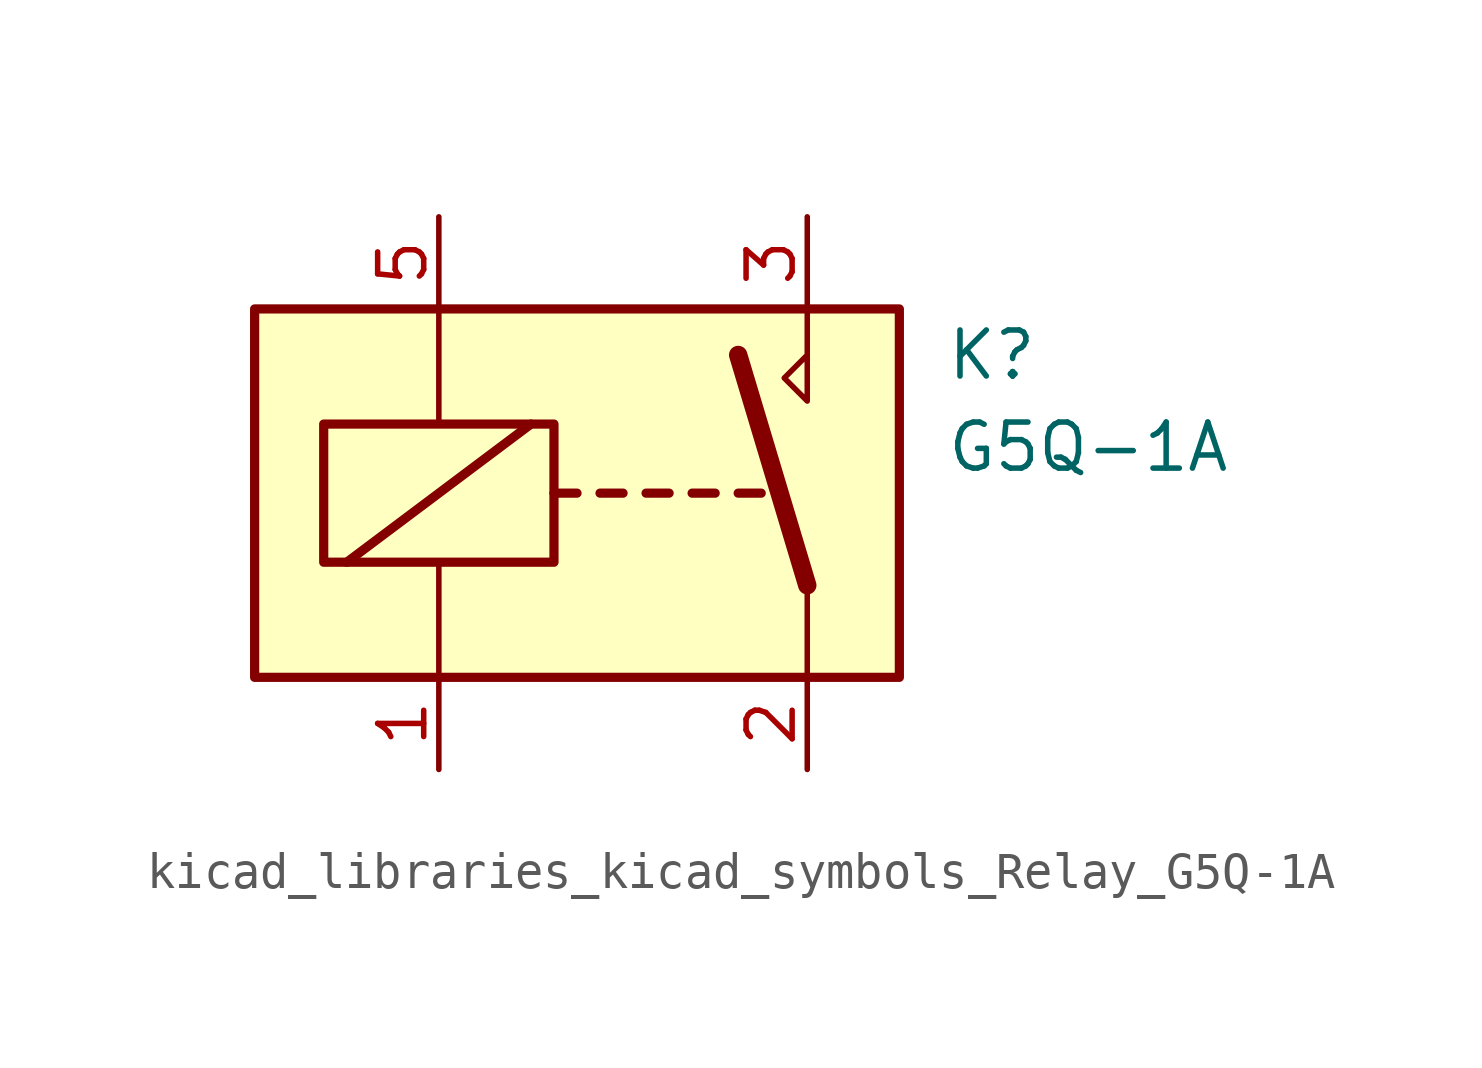
<source format=kicad_sym>
(kicad_symbol_lib
  (version 20220914)
  (generator kicad_symbol_editor)
  (symbol "kicad_libraries_kicad_symbols_Relay_G5Q-1A"
    (property "Reference" "K"
      (at 8.89 3.81 0)
      (effects (font (size 1.27 1.27)) (justify left)))
    (property "Value" "G5Q-1A"
      (at 8.89 1.27 0)
      (effects (font (size 1.27 1.27)) (justify left)))
    (symbol "kicad_libraries_kicad_symbols_Relay_G5Q-1A_0_0"
      (polyline (pts (xy 5.08 5.08) (xy 5.08 2.54) (xy 4.445 3.175) (xy 5.08 3.81)) (stroke (width 0) (type default)) (fill (type none))))
    (symbol "kicad_libraries_kicad_symbols_Relay_G5Q-1A_0_1"
      (rectangle (start -10.16 5.08) (end 7.62 -5.08) (stroke (width 0.254) (type default)) (fill (type background)))
      (rectangle (start -8.255 1.905) (end -1.905 -1.905) (stroke (width 0.254) (type default)) (fill (type none)))
      (polyline (pts (xy -7.62 -1.905) (xy -2.54 1.905)) (stroke (width 0.254) (type default)) (fill (type none)))
      (polyline (pts (xy -5.08 -5.08) (xy -5.08 -1.905)) (stroke (width 0) (type default)) (fill (type none)))
      (polyline (pts (xy -5.08 5.08) (xy -5.08 1.905)) (stroke (width 0) (type default)) (fill (type none)))
      (polyline (pts (xy -1.905 0) (xy -1.27 0)) (stroke (width 0.254) (type default)) (fill (type none)))
      (polyline (pts (xy -0.635 0) (xy 0 0)) (stroke (width 0.254) (type default)) (fill (type none)))
      (polyline (pts (xy 0.635 0) (xy 1.27 0)) (stroke (width 0.254) (type default)) (fill (type none)))
      (polyline (pts (xy 1.905 0) (xy 2.54 0)) (stroke (width 0.254) (type default)) (fill (type none)))
      (polyline (pts (xy 3.175 0) (xy 3.81 0)) (stroke (width 0.254) (type default)) (fill (type none)))
      (polyline (pts (xy 5.08 -2.54) (xy 3.175 3.81)) (stroke (width 0.508) (type default)) (fill (type none)))
      (polyline (pts (xy 5.08 -2.54) (xy 5.08 -5.08)) (stroke (width 0) (type default)) (fill (type none))))
    (symbol "kicad_libraries_kicad_symbols_Relay_G5Q-1A_1_1"
      (pin passive line (at -5.08 -7.62 90) (length 2.54) (name "~" (effects (font (size 1.27 1.27)))) (number "1" (effects (font (size 1.27 1.27)))))
      (pin passive line (at 5.08 -7.62 90) (length 2.54) (name "~" (effects (font (size 1.27 1.27)))) (number "2" (effects (font (size 1.27 1.27)))))
      (pin passive line (at 5.08 7.62 270) (length 2.54) (name "~" (effects (font (size 1.27 1.27)))) (number "3" (effects (font (size 1.27 1.27)))))
      (pin passive line (at -5.08 7.62 270) (length 2.54) (name "~" (effects (font (size 1.27 1.27)))) (number "5" (effects (font (size 1.27 1.27))))))))
</source>
